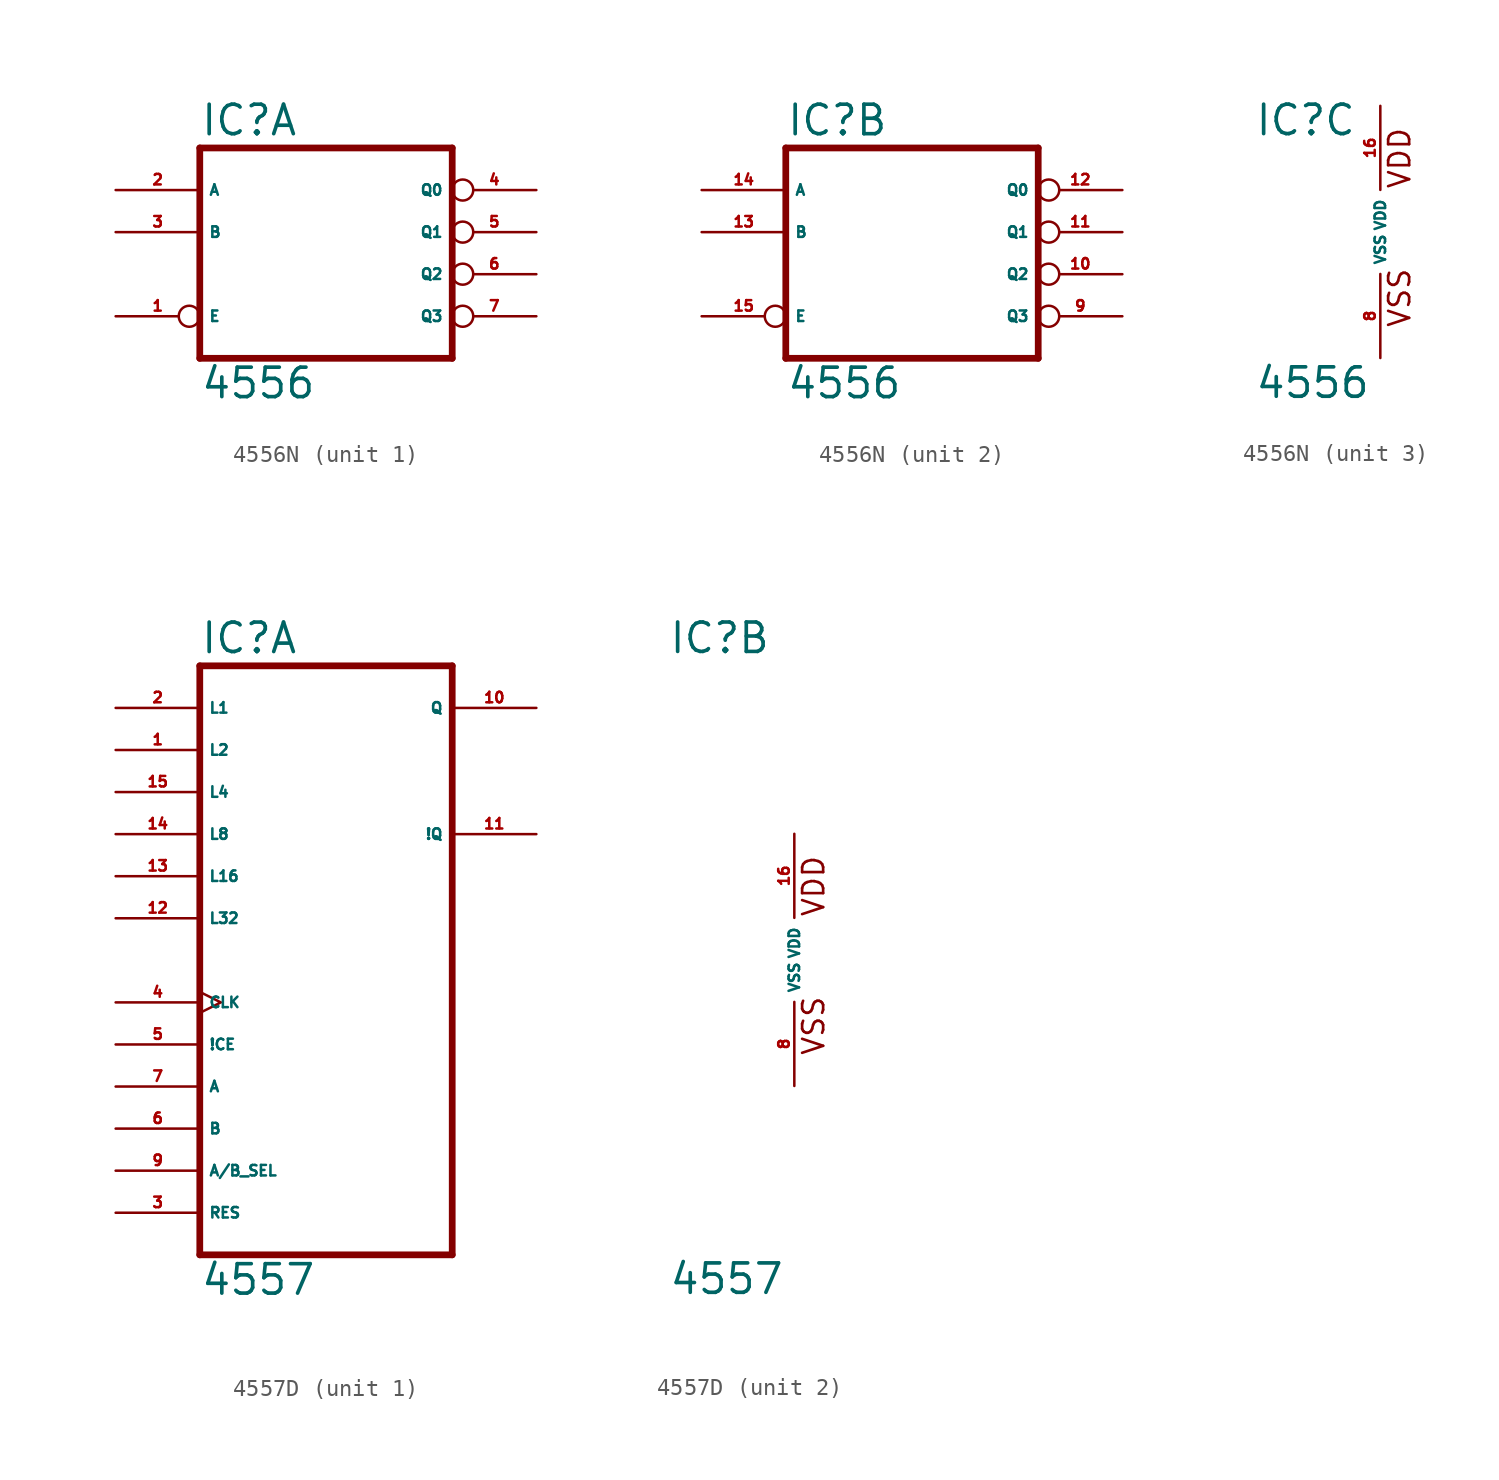
<source format=kicad_sym>
(kicad_symbol_lib
  (version 20220914)
  (generator Eagle2Kicad)
  (symbol "4556N"
    (property "Reference" "IC"
      (at -7.62 5.715 0)
      (effects (font (size 1.778 1.778) (thickness 0.22)) (justify left bottom)))
    (property "Value" "4556"
      (at -7.62 -10.16 0)
      (effects (font (size 1.778 1.778) (thickness 0.22)) (justify left bottom)))
    (symbol "4556N_1_0"
      (polyline (pts (xy -7.62 -7.62) (xy 7.62 -7.62)) (stroke (width 0.406) (type default)) (fill (type none)))
      (polyline (pts (xy 7.62 -7.62) (xy 7.62 5.08)) (stroke (width 0.406) (type default)) (fill (type none)))
      (polyline (pts (xy 7.62 5.08) (xy -7.62 5.08)) (stroke (width 0.406) (type default)) (fill (type none)))
      (polyline (pts (xy -7.62 5.08) (xy -7.62 -7.62)) (stroke (width 0.406) (type default)) (fill (type none)))
      (pin input inverted (at -12.7 -5.08 0) (length 5.08) (name "E" (effects (font (size 0.635 0.635) (thickness 0.08)) (justify left bottom))) (number "1" (effects (font (size 0.635 0.635) (thickness 0.08)) (justify left bottom))))
      (pin input line (at -12.7 2.54 0) (length 5.08) (name "A" (effects (font (size 0.635 0.635) (thickness 0.08)) (justify left bottom))) (number "2" (effects (font (size 0.635 0.635) (thickness 0.08)) (justify left bottom))))
      (pin input line (at -12.7 0 0) (length 5.08) (name "B" (effects (font (size 0.635 0.635) (thickness 0.08)) (justify left bottom))) (number "3" (effects (font (size 0.635 0.635) (thickness 0.08)) (justify left bottom))))
      (pin output inverted (at 12.7 2.54 180) (length 5.08) (name "Q0" (effects (font (size 0.635 0.635) (thickness 0.08)) (justify left bottom))) (number "4" (effects (font (size 0.635 0.635) (thickness 0.08)) (justify left bottom))))
      (pin output inverted (at 12.7 0 180) (length 5.08) (name "Q1" (effects (font (size 0.635 0.635) (thickness 0.08)) (justify left bottom))) (number "5" (effects (font (size 0.635 0.635) (thickness 0.08)) (justify left bottom))))
      (pin output inverted (at 12.7 -2.54 180) (length 5.08) (name "Q2" (effects (font (size 0.635 0.635) (thickness 0.08)) (justify left bottom))) (number "6" (effects (font (size 0.635 0.635) (thickness 0.08)) (justify left bottom))))
      (pin output inverted (at 12.7 -5.08 180) (length 5.08) (name "Q3" (effects (font (size 0.635 0.635) (thickness 0.08)) (justify left bottom))) (number "7" (effects (font (size 0.635 0.635) (thickness 0.08)) (justify left bottom)))))
    (symbol "4556N_2_0"
      (polyline (pts (xy -7.62 -7.62) (xy 7.62 -7.62)) (stroke (width 0.406) (type default)) (fill (type none)))
      (polyline (pts (xy 7.62 -7.62) (xy 7.62 5.08)) (stroke (width 0.406) (type default)) (fill (type none)))
      (polyline (pts (xy 7.62 5.08) (xy -7.62 5.08)) (stroke (width 0.406) (type default)) (fill (type none)))
      (polyline (pts (xy -7.62 5.08) (xy -7.62 -7.62)) (stroke (width 0.406) (type default)) (fill (type none)))
      (pin input inverted (at -12.7 -5.08 0) (length 5.08) (name "E" (effects (font (size 0.635 0.635) (thickness 0.08)) (justify left bottom))) (number "15" (effects (font (size 0.635 0.635) (thickness 0.08)) (justify left bottom))))
      (pin input line (at -12.7 2.54 0) (length 5.08) (name "A" (effects (font (size 0.635 0.635) (thickness 0.08)) (justify left bottom))) (number "14" (effects (font (size 0.635 0.635) (thickness 0.08)) (justify left bottom))))
      (pin input line (at -12.7 0 0) (length 5.08) (name "B" (effects (font (size 0.635 0.635) (thickness 0.08)) (justify left bottom))) (number "13" (effects (font (size 0.635 0.635) (thickness 0.08)) (justify left bottom))))
      (pin output inverted (at 12.7 2.54 180) (length 5.08) (name "Q0" (effects (font (size 0.635 0.635) (thickness 0.08)) (justify left bottom))) (number "12" (effects (font (size 0.635 0.635) (thickness 0.08)) (justify left bottom))))
      (pin output inverted (at 12.7 0 180) (length 5.08) (name "Q1" (effects (font (size 0.635 0.635) (thickness 0.08)) (justify left bottom))) (number "11" (effects (font (size 0.635 0.635) (thickness 0.08)) (justify left bottom))))
      (pin output inverted (at 12.7 -2.54 180) (length 5.08) (name "Q2" (effects (font (size 0.635 0.635) (thickness 0.08)) (justify left bottom))) (number "10" (effects (font (size 0.635 0.635) (thickness 0.08)) (justify left bottom))))
      (pin output inverted (at 12.7 -5.08 180) (length 5.08) (name "Q3" (effects (font (size 0.635 0.635) (thickness 0.08)) (justify left bottom))) (number "9" (effects (font (size 0.635 0.635) (thickness 0.08)) (justify left bottom)))))
    (symbol "4556N_3_0"
      (text "VDD" (at 1.905 2.54 900) (effects (font (size 1.27 1.27) (thickness 0.16)) (justify left bottom)))
      (text "VSS" (at 1.905 -5.842 900) (effects (font (size 1.27 1.27) (thickness 0.16)) (justify left bottom)))
      (pin unspecified line (at 0 -7.62 90) (length 5.08) (name "VSS" (effects (font (size 0.635 0.635) (thickness 0.08)) (justify left bottom))) (number "8" (effects (font (size 0.635 0.635) (thickness 0.08)) (justify left bottom))))
      (pin unspecified line (at 0 7.62 270) (length 5.08) (name "VDD" (effects (font (size 0.635 0.635) (thickness 0.08)) (justify left bottom))) (number "16" (effects (font (size 0.635 0.635) (thickness 0.08)) (justify left bottom))))))
  (symbol "4557D"
    (property "Reference" "IC"
      (at -7.62 18.415 0)
      (effects (font (size 1.778 1.778) (thickness 0.22)) (justify left bottom)))
    (property "Value" "4557"
      (at -7.62 -20.32 0)
      (effects (font (size 1.778 1.778) (thickness 0.22)) (justify left bottom)))
    (symbol "4557D_1_0"
      (polyline (pts (xy -7.62 -17.78) (xy 7.62 -17.78)) (stroke (width 0.406) (type default)) (fill (type none)))
      (polyline (pts (xy 7.62 -17.78) (xy 7.62 17.78)) (stroke (width 0.406) (type default)) (fill (type none)))
      (polyline (pts (xy 7.62 17.78) (xy -7.62 17.78)) (stroke (width 0.406) (type default)) (fill (type none)))
      (polyline (pts (xy -7.62 17.78) (xy -7.62 -17.78)) (stroke (width 0.406) (type default)) (fill (type none)))
      (pin input line (at -12.7 12.7 0) (length 5.08) (name "L2" (effects (font (size 0.635 0.635) (thickness 0.08)) (justify left bottom))) (number "1" (effects (font (size 0.635 0.635) (thickness 0.08)) (justify left bottom))))
      (pin input line (at -12.7 15.24 0) (length 5.08) (name "L1" (effects (font (size 0.635 0.635) (thickness 0.08)) (justify left bottom))) (number "2" (effects (font (size 0.635 0.635) (thickness 0.08)) (justify left bottom))))
      (pin input line (at -12.7 -15.24 0) (length 5.08) (name "RES" (effects (font (size 0.635 0.635) (thickness 0.08)) (justify left bottom))) (number "3" (effects (font (size 0.635 0.635) (thickness 0.08)) (justify left bottom))))
      (pin input clock (at -12.7 -2.54 0) (length 5.08) (name "CLK" (effects (font (size 0.635 0.635) (thickness 0.08)) (justify left bottom))) (number "4" (effects (font (size 0.635 0.635) (thickness 0.08)) (justify left bottom))))
      (pin input line (at -12.7 -5.08 0) (length 5.08) (name "!CE" (effects (font (size 0.635 0.635) (thickness 0.08)) (justify left bottom))) (number "5" (effects (font (size 0.635 0.635) (thickness 0.08)) (justify left bottom))))
      (pin input line (at -12.7 -10.16 0) (length 5.08) (name "B" (effects (font (size 0.635 0.635) (thickness 0.08)) (justify left bottom))) (number "6" (effects (font (size 0.635 0.635) (thickness 0.08)) (justify left bottom))))
      (pin input line (at -12.7 -7.62 0) (length 5.08) (name "A" (effects (font (size 0.635 0.635) (thickness 0.08)) (justify left bottom))) (number "7" (effects (font (size 0.635 0.635) (thickness 0.08)) (justify left bottom))))
      (pin input line (at -12.7 -12.7 0) (length 5.08) (name "A/B_SEL" (effects (font (size 0.635 0.635) (thickness 0.08)) (justify left bottom))) (number "9" (effects (font (size 0.635 0.635) (thickness 0.08)) (justify left bottom))))
      (pin output line (at 12.7 15.24 180) (length 5.08) (name "Q" (effects (font (size 0.635 0.635) (thickness 0.08)) (justify left bottom))) (number "10" (effects (font (size 0.635 0.635) (thickness 0.08)) (justify left bottom))))
      (pin output line (at 12.7 7.62 180) (length 5.08) (name "!Q" (effects (font (size 0.635 0.635) (thickness 0.08)) (justify left bottom))) (number "11" (effects (font (size 0.635 0.635) (thickness 0.08)) (justify left bottom))))
      (pin input line (at -12.7 2.54 0) (length 5.08) (name "L32" (effects (font (size 0.635 0.635) (thickness 0.08)) (justify left bottom))) (number "12" (effects (font (size 0.635 0.635) (thickness 0.08)) (justify left bottom))))
      (pin input line (at -12.7 5.08 0) (length 5.08) (name "L16" (effects (font (size 0.635 0.635) (thickness 0.08)) (justify left bottom))) (number "13" (effects (font (size 0.635 0.635) (thickness 0.08)) (justify left bottom))))
      (pin input line (at -12.7 7.62 0) (length 5.08) (name "L8" (effects (font (size 0.635 0.635) (thickness 0.08)) (justify left bottom))) (number "14" (effects (font (size 0.635 0.635) (thickness 0.08)) (justify left bottom))))
      (pin input line (at -12.7 10.16 0) (length 5.08) (name "L4" (effects (font (size 0.635 0.635) (thickness 0.08)) (justify left bottom))) (number "15" (effects (font (size 0.635 0.635) (thickness 0.08)) (justify left bottom)))))
    (symbol "4557D_2_0"
      (text "VDD" (at 1.905 2.54 900) (effects (font (size 1.27 1.27) (thickness 0.16)) (justify left bottom)))
      (text "VSS" (at 1.905 -5.842 900) (effects (font (size 1.27 1.27) (thickness 0.16)) (justify left bottom)))
      (pin unspecified line (at 0 -7.62 90) (length 5.08) (name "VSS" (effects (font (size 0.635 0.635) (thickness 0.08)) (justify left bottom))) (number "8" (effects (font (size 0.635 0.635) (thickness 0.08)) (justify left bottom))))
      (pin unspecified line (at 0 7.62 270) (length 5.08) (name "VDD" (effects (font (size 0.635 0.635) (thickness 0.08)) (justify left bottom))) (number "16" (effects (font (size 0.635 0.635) (thickness 0.08)) (justify left bottom)))))))
</source>
